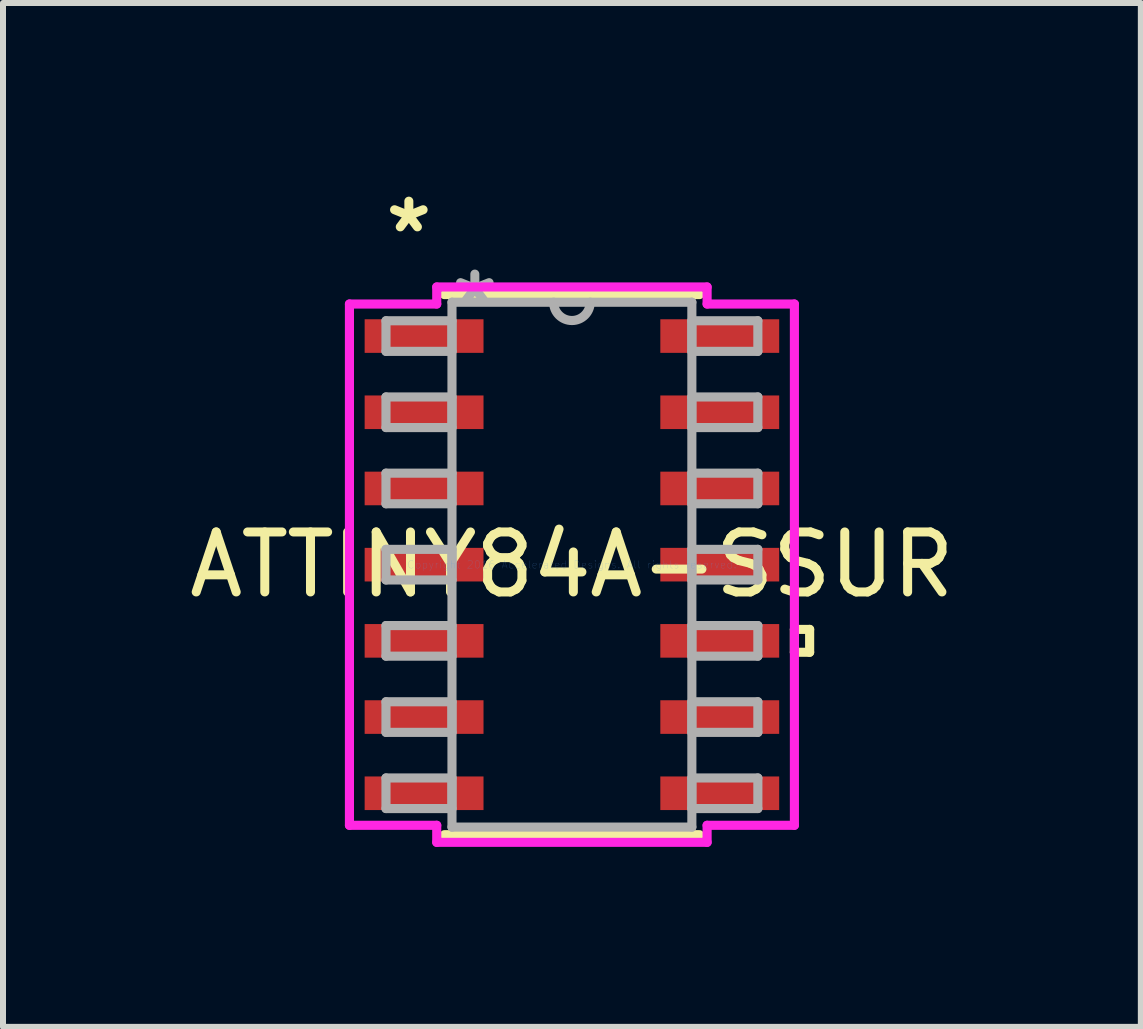
<source format=kicad_pcb>
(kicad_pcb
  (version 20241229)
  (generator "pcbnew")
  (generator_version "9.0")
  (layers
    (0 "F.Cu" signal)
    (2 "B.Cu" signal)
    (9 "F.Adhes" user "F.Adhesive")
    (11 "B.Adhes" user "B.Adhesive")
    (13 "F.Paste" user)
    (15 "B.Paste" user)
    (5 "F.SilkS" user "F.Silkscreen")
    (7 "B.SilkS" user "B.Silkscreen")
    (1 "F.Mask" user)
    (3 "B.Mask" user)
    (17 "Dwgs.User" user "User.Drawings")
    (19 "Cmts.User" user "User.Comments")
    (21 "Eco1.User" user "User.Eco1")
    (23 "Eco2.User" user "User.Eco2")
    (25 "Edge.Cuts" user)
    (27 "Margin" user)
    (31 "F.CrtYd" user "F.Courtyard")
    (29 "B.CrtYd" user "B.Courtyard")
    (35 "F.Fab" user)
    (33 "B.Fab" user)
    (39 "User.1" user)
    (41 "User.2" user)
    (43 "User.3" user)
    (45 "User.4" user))
  (footprint "ATTINY84A-SSUR"
    (layer "F.Cu")
    (at 6.482 6.361)
    (property "Reference" "ATTINY84A-SSUR" (at 0 0 0) (layer "F.SilkS") (effects (font (size 1 1) (thickness 0.15))))
    (attr through_hole)
    (fp_line (start -2.126 4.501) (end 2.126 4.501) (stroke (width 0.152) (type solid)) (layer "F.SilkS"))
    (fp_line (start 2.126 -4.501) (end -2.126 -4.501) (stroke (width 0.152) (type solid)) (layer "F.SilkS"))
    (fp_line (start 3.708 1.079) (end 3.962 1.079) (stroke (width 0.152) (type solid)) (layer "F.SilkS"))
    (fp_line (start 3.708 1.46) (end 3.708 1.079) (stroke (width 0.152) (type solid)) (layer "F.SilkS"))
    (fp_line (start 3.962 1.079) (end 3.962 1.46) (stroke (width 0.152) (type solid)) (layer "F.SilkS"))
    (fp_line (start 3.962 1.46) (end 3.708 1.46) (stroke (width 0.152) (type solid)) (layer "F.SilkS"))
    (fp_line (start -3.708 -4.344) (end -2.253 -4.344) (stroke (width 0.152) (type solid)) (layer "F.CrtYd"))
    (fp_line (start -3.708 4.344) (end -3.708 -4.344) (stroke (width 0.152) (type solid)) (layer "F.CrtYd"))
    (fp_line (start -2.253 -4.628) (end 2.253 -4.628) (stroke (width 0.152) (type solid)) (layer "F.CrtYd"))
    (fp_line (start -2.253 -4.344) (end -2.253 -4.628) (stroke (width 0.152) (type solid)) (layer "F.CrtYd"))
    (fp_line (start -2.253 4.344) (end -3.708 4.344) (stroke (width 0.152) (type solid)) (layer "F.CrtYd"))
    (fp_line (start -2.253 4.628) (end -2.253 4.344) (stroke (width 0.152) (type solid)) (layer "F.CrtYd"))
    (fp_line (start 2.253 -4.628) (end 2.253 -4.344) (stroke (width 0.152) (type solid)) (layer "F.CrtYd"))
    (fp_line (start 2.253 -4.344) (end 3.708 -4.344) (stroke (width 0.152) (type solid)) (layer "F.CrtYd"))
    (fp_line (start 2.253 4.344) (end 2.253 4.628) (stroke (width 0.152) (type solid)) (layer "F.CrtYd"))
    (fp_line (start 2.253 4.628) (end -2.253 4.628) (stroke (width 0.152) (type solid)) (layer "F.CrtYd"))
    (fp_line (start 3.708 -4.344) (end 3.708 4.344) (stroke (width 0.152) (type solid)) (layer "F.CrtYd"))
    (fp_line (start 3.708 4.344) (end 2.253 4.344) (stroke (width 0.152) (type solid)) (layer "F.CrtYd"))
    (fp_line (start -3.099 -4.065) (end -3.099 -3.555) (stroke (width 0.152) (type solid)) (layer "F.Fab"))
    (fp_line (start -3.099 -3.555) (end -1.999 -3.555) (stroke (width 0.152) (type solid)) (layer "F.Fab"))
    (fp_line (start -3.099 -2.795) (end -3.099 -2.285) (stroke (width 0.152) (type solid)) (layer "F.Fab"))
    (fp_line (start -3.099 -2.285) (end -1.999 -2.285) (stroke (width 0.152) (type solid)) (layer "F.Fab"))
    (fp_line (start -3.099 -1.525) (end -3.099 -1.015) (stroke (width 0.152) (type solid)) (layer "F.Fab"))
    (fp_line (start -3.099 -1.015) (end -1.999 -1.015) (stroke (width 0.152) (type solid)) (layer "F.Fab"))
    (fp_line (start -3.099 -0.255) (end -3.099 0.255) (stroke (width 0.152) (type solid)) (layer "F.Fab"))
    (fp_line (start -3.099 0.255) (end -1.999 0.255) (stroke (width 0.152) (type solid)) (layer "F.Fab"))
    (fp_line (start -3.099 1.015) (end -3.099 1.525) (stroke (width 0.152) (type solid)) (layer "F.Fab"))
    (fp_line (start -3.099 1.525) (end -1.999 1.525) (stroke (width 0.152) (type solid)) (layer "F.Fab"))
    (fp_line (start -3.099 2.285) (end -3.099 2.795) (stroke (width 0.152) (type solid)) (layer "F.Fab"))
    (fp_line (start -3.099 2.795) (end -1.999 2.795) (stroke (width 0.152) (type solid)) (layer "F.Fab"))
    (fp_line (start -3.099 3.555) (end -3.099 4.065) (stroke (width 0.152) (type solid)) (layer "F.Fab"))
    (fp_line (start -3.099 4.065) (end -1.999 4.065) (stroke (width 0.152) (type solid)) (layer "F.Fab"))
    (fp_line (start -1.999 -4.374) (end -1.999 4.374) (stroke (width 0.152) (type solid)) (layer "F.Fab"))
    (fp_line (start -1.999 -4.065) (end -3.099 -4.065) (stroke (width 0.152) (type solid)) (layer "F.Fab"))
    (fp_line (start -1.999 -3.555) (end -1.999 -4.065) (stroke (width 0.152) (type solid)) (layer "F.Fab"))
    (fp_line (start -1.999 -2.795) (end -3.099 -2.795) (stroke (width 0.152) (type solid)) (layer "F.Fab"))
    (fp_line (start -1.999 -2.285) (end -1.999 -2.795) (stroke (width 0.152) (type solid)) (layer "F.Fab"))
    (fp_line (start -1.999 -1.525) (end -3.099 -1.525) (stroke (width 0.152) (type solid)) (layer "F.Fab"))
    (fp_line (start -1.999 -1.015) (end -1.999 -1.525) (stroke (width 0.152) (type solid)) (layer "F.Fab"))
    (fp_line (start -1.999 -0.255) (end -3.099 -0.255) (stroke (width 0.152) (type solid)) (layer "F.Fab"))
    (fp_line (start -1.999 0.255) (end -1.999 -0.255) (stroke (width 0.152) (type solid)) (layer "F.Fab"))
    (fp_line (start -1.999 1.015) (end -3.099 1.015) (stroke (width 0.152) (type solid)) (layer "F.Fab"))
    (fp_line (start -1.999 1.525) (end -1.999 1.015) (stroke (width 0.152) (type solid)) (layer "F.Fab"))
    (fp_line (start -1.999 2.285) (end -3.099 2.285) (stroke (width 0.152) (type solid)) (layer "F.Fab"))
    (fp_line (start -1.999 2.795) (end -1.999 2.285) (stroke (width 0.152) (type solid)) (layer "F.Fab"))
    (fp_line (start -1.999 3.555) (end -3.099 3.555) (stroke (width 0.152) (type solid)) (layer "F.Fab"))
    (fp_line (start -1.999 4.065) (end -1.999 3.555) (stroke (width 0.152) (type solid)) (layer "F.Fab"))
    (fp_line (start -1.999 4.374) (end 1.999 4.374) (stroke (width 0.152) (type solid)) (layer "F.Fab"))
    (fp_line (start 1.999 -4.374) (end -1.999 -4.374) (stroke (width 0.152) (type solid)) (layer "F.Fab"))
    (fp_line (start 1.999 -4.065) (end 1.999 -3.555) (stroke (width 0.152) (type solid)) (layer "F.Fab"))
    (fp_line (start 1.999 -3.555) (end 3.099 -3.555) (stroke (width 0.152) (type solid)) (layer "F.Fab"))
    (fp_line (start 1.999 -2.795) (end 1.999 -2.285) (stroke (width 0.152) (type solid)) (layer "F.Fab"))
    (fp_line (start 1.999 -2.285) (end 3.099 -2.285) (stroke (width 0.152) (type solid)) (layer "F.Fab"))
    (fp_line (start 1.999 -1.525) (end 1.999 -1.015) (stroke (width 0.152) (type solid)) (layer "F.Fab"))
    (fp_line (start 1.999 -1.015) (end 3.099 -1.015) (stroke (width 0.152) (type solid)) (layer "F.Fab"))
    (fp_line (start 1.999 -0.255) (end 1.999 0.255) (stroke (width 0.152) (type solid)) (layer "F.Fab"))
    (fp_line (start 1.999 0.255) (end 3.099 0.255) (stroke (width 0.152) (type solid)) (layer "F.Fab"))
    (fp_line (start 1.999 1.015) (end 1.999 1.525) (stroke (width 0.152) (type solid)) (layer "F.Fab"))
    (fp_line (start 1.999 1.525) (end 3.099 1.525) (stroke (width 0.152) (type solid)) (layer "F.Fab"))
    (fp_line (start 1.999 2.285) (end 1.999 2.795) (stroke (width 0.152) (type solid)) (layer "F.Fab"))
    (fp_line (start 1.999 2.795) (end 3.099 2.795) (stroke (width 0.152) (type solid)) (layer "F.Fab"))
    (fp_line (start 1.999 3.555) (end 1.999 4.065) (stroke (width 0.152) (type solid)) (layer "F.Fab"))
    (fp_line (start 1.999 4.065) (end 3.099 4.065) (stroke (width 0.152) (type solid)) (layer "F.Fab"))
    (fp_line (start 1.999 4.374) (end 1.999 -4.374) (stroke (width 0.152) (type solid)) (layer "F.Fab"))
    (fp_line (start 3.099 -4.065) (end 1.999 -4.065) (stroke (width 0.152) (type solid)) (layer "F.Fab"))
    (fp_line (start 3.099 -3.555) (end 3.099 -4.065) (stroke (width 0.152) (type solid)) (layer "F.Fab"))
    (fp_line (start 3.099 -2.795) (end 1.999 -2.795) (stroke (width 0.152) (type solid)) (layer "F.Fab"))
    (fp_line (start 3.099 -2.285) (end 3.099 -2.795) (stroke (width 0.152) (type solid)) (layer "F.Fab"))
    (fp_line (start 3.099 -1.525) (end 1.999 -1.525) (stroke (width 0.152) (type solid)) (layer "F.Fab"))
    (fp_line (start 3.099 -1.015) (end 3.099 -1.525) (stroke (width 0.152) (type solid)) (layer "F.Fab"))
    (fp_line (start 3.099 -0.255) (end 1.999 -0.255) (stroke (width 0.152) (type solid)) (layer "F.Fab"))
    (fp_line (start 3.099 0.255) (end 3.099 -0.255) (stroke (width 0.152) (type solid)) (layer "F.Fab"))
    (fp_line (start 3.099 1.015) (end 1.999 1.015) (stroke (width 0.152) (type solid)) (layer "F.Fab"))
    (fp_line (start 3.099 1.525) (end 3.099 1.015) (stroke (width 0.152) (type solid)) (layer "F.Fab"))
    (fp_line (start 3.099 2.285) (end 1.999 2.285) (stroke (width 0.152) (type solid)) (layer "F.Fab"))
    (fp_line (start 3.099 2.795) (end 3.099 2.285) (stroke (width 0.152) (type solid)) (layer "F.Fab"))
    (fp_line (start 3.099 3.555) (end 1.999 3.555) (stroke (width 0.152) (type solid)) (layer "F.Fab"))
    (fp_line (start 3.099 4.065) (end 3.099 3.555) (stroke (width 0.152) (type solid)) (layer "F.Fab"))
    (fp_arc (start 0.3048 -4.37388) (mid 0 -4.06908) (end -0.3048 -4.37388) (stroke (width 0.1524) (type solid)) (layer "F.Fab"))
    (fp_text user "*" (at -2.718 -5.513 0) (layer "F.SilkS") (effects (font (size 1 1) (thickness 0.15))))
    (fp_text user "Copyright 2016 Accelerated Designs. All rights reserved." (at 0 0 0) (layer "Cmts.User") (effects (font (size 0.127 0.127) (thickness 0.002))))
    (fp_text user "*" (at -1.618 -4.298 0) (layer "F.Fab") (effects (font (size 1 1) (thickness 0.15))))
    (pad "1" smd rect (at -2.464 -3.81) (size 1.981 0.56) (layers "F.Cu" "F.Mask" "F.Paste"))
    (pad "2" smd rect (at -2.464 -2.54) (size 1.981 0.56) (layers "F.Cu" "F.Mask" "F.Paste"))
    (pad "3" smd rect (at -2.464 -1.27) (size 1.981 0.56) (layers "F.Cu" "F.Mask" "F.Paste"))
    (pad "4" smd rect (at -2.464 0) (size 1.981 0.56) (layers "F.Cu" "F.Mask" "F.Paste"))
    (pad "5" smd rect (at -2.464 1.27) (size 1.981 0.56) (layers "F.Cu" "F.Mask" "F.Paste"))
    (pad "6" smd rect (at -2.464 2.54) (size 1.981 0.56) (layers "F.Cu" "F.Mask" "F.Paste"))
    (pad "7" smd rect (at -2.464 3.81) (size 1.981 0.56) (layers "F.Cu" "F.Mask" "F.Paste"))
    (pad "8" smd rect (at 2.464 3.81) (size 1.981 0.56) (layers "F.Cu" "F.Mask" "F.Paste"))
    (pad "9" smd rect (at 2.464 2.54) (size 1.981 0.56) (layers "F.Cu" "F.Mask" "F.Paste"))
    (pad "10" smd rect (at 2.464 1.27) (size 1.981 0.56) (layers "F.Cu" "F.Mask" "F.Paste"))
    (pad "11" smd rect (at 2.464 0) (size 1.981 0.56) (layers "F.Cu" "F.Mask" "F.Paste"))
    (pad "12" smd rect (at 2.464 -1.27) (size 1.981 0.56) (layers "F.Cu" "F.Mask" "F.Paste"))
    (pad "13" smd rect (at 2.464 -2.54) (size 1.981 0.56) (layers "F.Cu" "F.Mask" "F.Paste"))
    (pad "14" smd rect (at 2.464 -3.81) (size 1.981 0.56) (layers "F.Cu" "F.Mask" "F.Paste")))
  (gr_rect
    (start -3 -3)
    (end 15.964 14.065)
    (stroke (width 0.1) (type default))
    (fill no)
    (layer "Edge.Cuts")))
</source>
